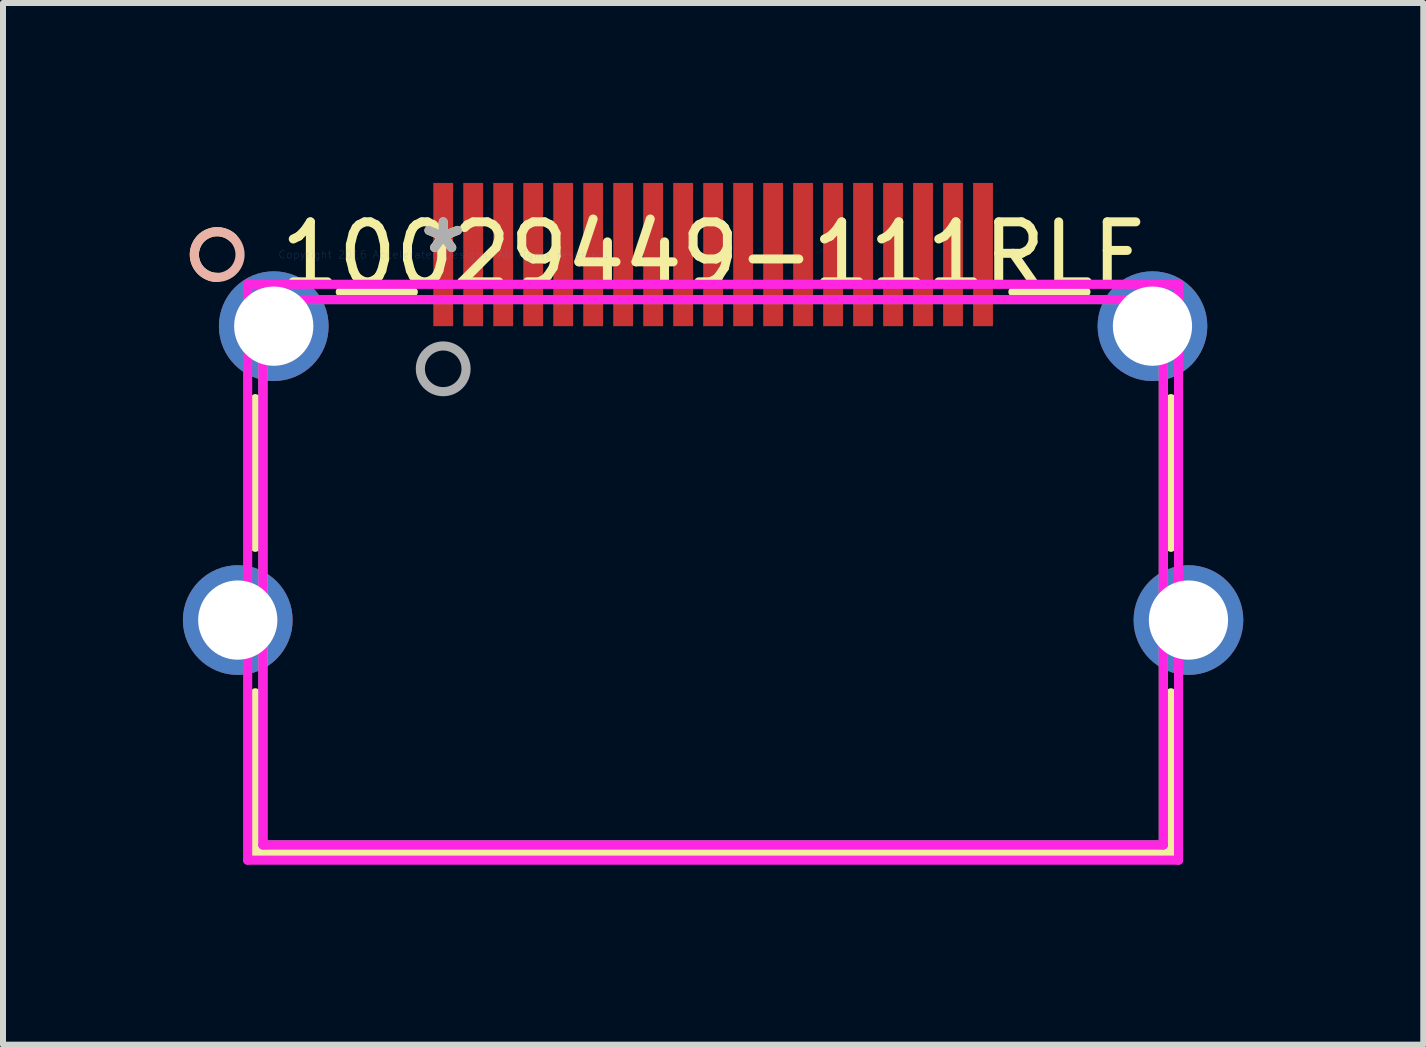
<source format=kicad_pcb>
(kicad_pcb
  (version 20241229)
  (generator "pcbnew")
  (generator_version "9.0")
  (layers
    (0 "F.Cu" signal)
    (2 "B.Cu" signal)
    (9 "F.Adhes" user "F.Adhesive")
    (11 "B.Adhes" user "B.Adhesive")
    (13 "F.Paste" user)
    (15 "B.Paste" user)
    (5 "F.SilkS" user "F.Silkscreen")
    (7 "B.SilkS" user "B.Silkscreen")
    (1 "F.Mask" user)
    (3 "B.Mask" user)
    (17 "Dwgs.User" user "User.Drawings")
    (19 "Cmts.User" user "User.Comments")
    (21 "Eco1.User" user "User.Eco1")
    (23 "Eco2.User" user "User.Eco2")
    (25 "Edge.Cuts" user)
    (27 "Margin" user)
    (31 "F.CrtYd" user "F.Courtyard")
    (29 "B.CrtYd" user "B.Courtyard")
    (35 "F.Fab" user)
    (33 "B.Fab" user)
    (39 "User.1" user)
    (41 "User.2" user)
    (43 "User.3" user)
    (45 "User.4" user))
  (footprint "10029449-111RLF"
    (layer "F.Cu")
    (at 4.339 1.194)
    (property "Reference" "10029449-111RLF" (at 4.5 0 0) (layer "F.SilkS") (effects (font (size 1 1) (thickness 0.15))))
    (attr through_hole)
    (fp_line (start -3.133 2.402) (end -3.133 4.881) (stroke (width 0.152) (type solid)) (layer "F.SilkS"))
    (fp_line (start -3.133 7.306) (end -3.133 9.97) (stroke (width 0.152) (type solid)) (layer "F.SilkS"))
    (fp_line (start -3.133 9.97) (end 12.133 9.97) (stroke (width 0.152) (type solid)) (layer "F.SilkS"))
    (fp_line (start -0.498 0.623) (end -1.716 0.623) (stroke (width 0.152) (type solid)) (layer "F.SilkS"))
    (fp_line (start 10.716 0.623) (end 9.498 0.623) (stroke (width 0.152) (type solid)) (layer "F.SilkS"))
    (fp_line (start 12.133 4.881) (end 12.133 2.402) (stroke (width 0.152) (type solid)) (layer "F.SilkS"))
    (fp_line (start 12.133 9.97) (end 12.133 7.306) (stroke (width 0.152) (type solid)) (layer "F.SilkS"))
    (fp_arc (start -3.767699 0.381) (mid -4.121697 -0.140877) (end -3.505914 -0.27682) (stroke (width 0.1524) (type solid)) (layer "F.SilkS"))
    (fp_circle (center -3.768 0) (end -3.387 0) (stroke (width 0.152) (type solid)) (fill no) (layer "B.SilkS"))
    (fp_line (start -3.26 0.496) (end -3.26 10.097) (stroke (width 0.152) (type solid)) (layer "F.CrtYd"))
    (fp_line (start -3.26 10.097) (end 12.26 10.097) (stroke (width 0.152) (type solid)) (layer "F.CrtYd"))
    (fp_line (start -3.006 0.75) (end -3.006 9.843) (stroke (width 0.152) (type solid)) (layer "F.CrtYd"))
    (fp_line (start -3.006 9.843) (end 12.006 9.843) (stroke (width 0.152) (type solid)) (layer "F.CrtYd"))
    (fp_line (start 12.006 0.75) (end -3.006 0.75) (stroke (width 0.152) (type solid)) (layer "F.CrtYd"))
    (fp_line (start 12.006 9.843) (end 12.006 0.75) (stroke (width 0.152) (type solid)) (layer "F.CrtYd"))
    (fp_line (start 12.26 0.496) (end -3.26 0.496) (stroke (width 0.152) (type solid)) (layer "F.CrtYd"))
    (fp_line (start 12.26 10.097) (end 12.26 0.496) (stroke (width 0.152) (type solid)) (layer "F.CrtYd"))
    (fp_line (start -3.006 0.75) (end -3.006 9.843) (stroke (width 0.152) (type solid)) (layer "F.Fab"))
    (fp_line (start -3.006 9.843) (end 12.006 9.843) (stroke (width 0.152) (type solid)) (layer "F.Fab"))
    (fp_line (start 12.006 0.75) (end -3.006 0.75) (stroke (width 0.152) (type solid)) (layer "F.Fab"))
    (fp_line (start 12.006 9.843) (end 12.006 0.75) (stroke (width 0.152) (type solid)) (layer "F.Fab"))
    (fp_circle (center 0 1.905) (end 0.381 1.905) (stroke (width 0.152) (type solid)) (fill no) (layer "F.Fab"))
    (fp_text user "*" (at 0 0 0) (layer "F.SilkS") (effects (font (size 1 1) (thickness 0.15))))
    (fp_text user "Copyright 2016 Accelerated Designs. All rights reserved." (at 0 0 0) (layer "Cmts.User") (effects (font (size 0.127 0.127) (thickness 0.002))))
    (fp_text user "*" (at 0 0 0) (layer "F.Fab") (effects (font (size 1 1) (thickness 0.15))))
    (pad "1" smd rect (at 0 0) (size 0.33 2.388) (layers "F.Cu" "F.Mask" "F.Paste"))
    (pad "2" smd rect (at 0.5 0) (size 0.33 2.388) (layers "F.Cu" "F.Mask" "F.Paste"))
    (pad "3" smd rect (at 1 0) (size 0.33 2.388) (layers "F.Cu" "F.Mask" "F.Paste"))
    (pad "4" smd rect (at 1.5 0) (size 0.33 2.388) (layers "F.Cu" "F.Mask" "F.Paste"))
    (pad "5" smd rect (at 2 0) (size 0.33 2.388) (layers "F.Cu" "F.Mask" "F.Paste"))
    (pad "6" smd rect (at 2.5 0) (size 0.33 2.388) (layers "F.Cu" "F.Mask" "F.Paste"))
    (pad "7" smd rect (at 3 0) (size 0.33 2.388) (layers "F.Cu" "F.Mask" "F.Paste"))
    (pad "8" smd rect (at 3.5 0) (size 0.33 2.388) (layers "F.Cu" "F.Mask" "F.Paste"))
    (pad "9" smd rect (at 4 0) (size 0.33 2.388) (layers "F.Cu" "F.Mask" "F.Paste"))
    (pad "10" smd rect (at 4.5 0) (size 0.33 2.388) (layers "F.Cu" "F.Mask" "F.Paste"))
    (pad "11" smd rect (at 5 0) (size 0.33 2.388) (layers "F.Cu" "F.Mask" "F.Paste"))
    (pad "12" smd rect (at 5.5 0) (size 0.33 2.388) (layers "F.Cu" "F.Mask" "F.Paste"))
    (pad "13" smd rect (at 6 0) (size 0.33 2.388) (layers "F.Cu" "F.Mask" "F.Paste"))
    (pad "14" smd rect (at 6.5 0) (size 0.33 2.388) (layers "F.Cu" "F.Mask" "F.Paste"))
    (pad "15" smd rect (at 7 0) (size 0.33 2.388) (layers "F.Cu" "F.Mask" "F.Paste"))
    (pad "16" smd rect (at 7.5 0) (size 0.33 2.388) (layers "F.Cu" "F.Mask" "F.Paste"))
    (pad "17" smd rect (at 8 0) (size 0.33 2.388) (layers "F.Cu" "F.Mask" "F.Paste"))
    (pad "18" smd rect (at 8.5 0) (size 0.33 2.388) (layers "F.Cu" "F.Mask" "F.Paste"))
    (pad "19" smd rect (at 9 0) (size 0.33 2.388) (layers "F.Cu" "F.Mask" "F.Paste"))
    (pad "20" thru_hole circle (at -3.425 6.094) (size 1.829 1.829) (drill 1.321) (layers "*.Cu" "*.Mask"))
    (pad "21" thru_hole circle (at 12.425 6.094) (size 1.829 1.829) (drill 1.321) (layers "*.Cu" "*.Mask"))
    (pad "22" thru_hole circle (at -2.825 1.194) (size 1.829 1.829) (drill 1.321) (layers "*.Cu" "*.Mask"))
    (pad "23" thru_hole circle (at 11.825 1.194) (size 1.829 1.829) (drill 1.321) (layers "*.Cu" "*.Mask")))
  (gr_rect
    (start -3 -3)
    (end 20.679 14.367)
    (stroke (width 0.1) (type default))
    (fill no)
    (layer "Edge.Cuts")))
</source>
